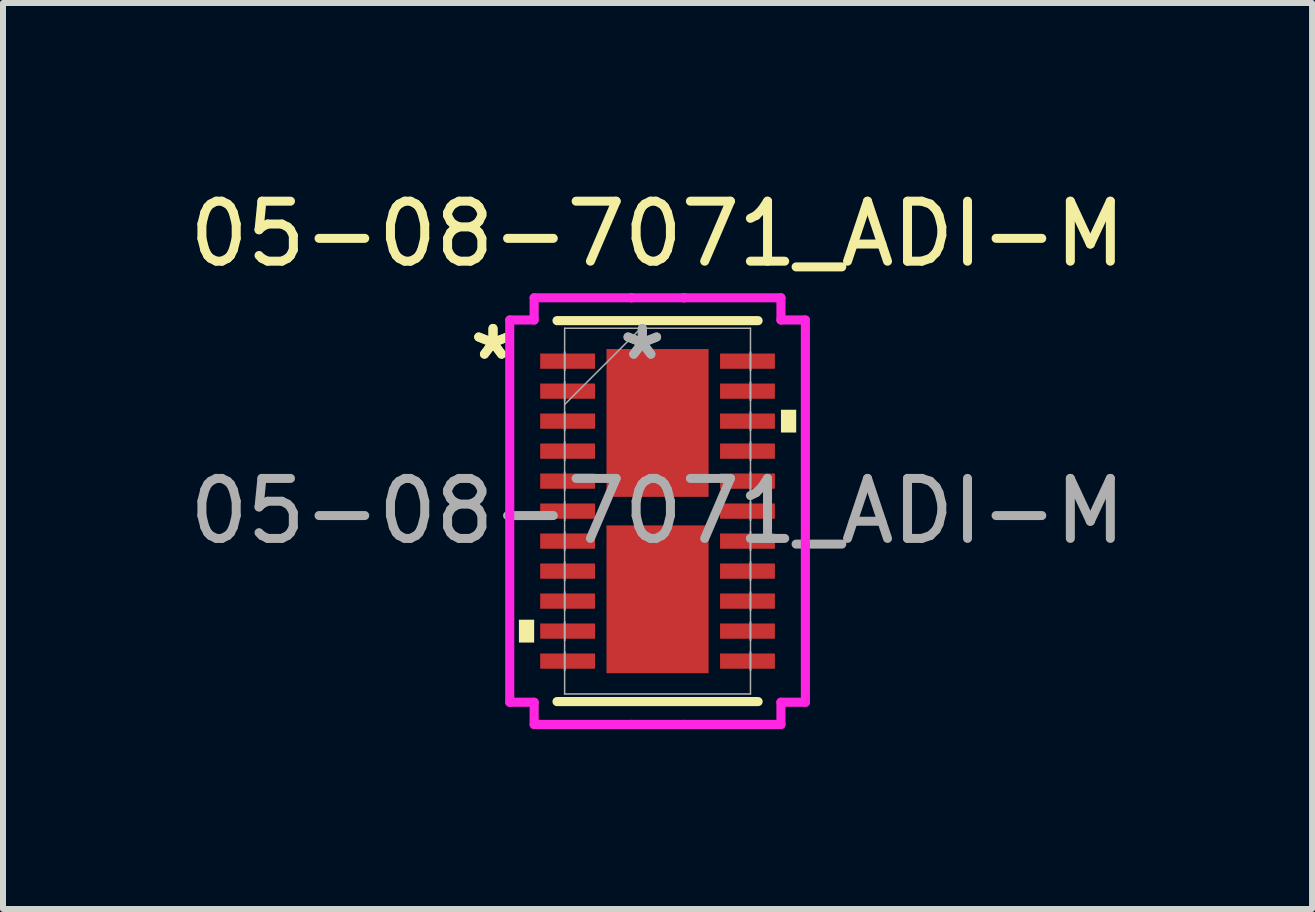
<source format=kicad_pcb>
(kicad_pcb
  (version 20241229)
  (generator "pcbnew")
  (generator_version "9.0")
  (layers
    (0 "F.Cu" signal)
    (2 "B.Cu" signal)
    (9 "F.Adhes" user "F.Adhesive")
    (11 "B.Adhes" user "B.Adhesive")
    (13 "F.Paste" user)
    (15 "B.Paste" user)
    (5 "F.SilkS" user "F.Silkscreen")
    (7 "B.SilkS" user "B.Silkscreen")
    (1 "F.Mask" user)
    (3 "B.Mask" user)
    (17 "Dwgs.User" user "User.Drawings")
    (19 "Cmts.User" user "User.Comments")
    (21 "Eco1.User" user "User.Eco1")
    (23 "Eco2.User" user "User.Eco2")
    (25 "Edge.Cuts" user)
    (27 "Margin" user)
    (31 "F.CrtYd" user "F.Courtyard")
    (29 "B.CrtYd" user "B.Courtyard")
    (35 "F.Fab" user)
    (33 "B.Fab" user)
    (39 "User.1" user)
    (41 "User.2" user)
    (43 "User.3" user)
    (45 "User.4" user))
  (footprint "05-08-7071_ADI-M"
    (layer "F.Cu")
    (at 7.911 5.47)
    (property "Reference" "05-08-7071_ADI-M" (at 0 -4.621 0) (unlocked yes) (layer "F.SilkS") (effects (font (size 1 1) (thickness 0.15))))
    (attr smd)
    (fp_line (start -1.676 3.175) (end 1.676 3.175) (stroke (width 0.152) (type solid)) (layer "F.SilkS"))
    (fp_line (start 1.676 -3.175) (end -1.676 -3.175) (stroke (width 0.152) (type solid)) (layer "F.SilkS"))
    (fp_poly (pts (xy -2.311 1.81) (xy -2.311 2.191) (xy -2.057 2.191) (xy -2.057 1.81)) (stroke (width 0) (type solid)) (fill yes) (layer "F.SilkS"))
    (fp_poly (pts (xy 2.311 -1.69) (xy 2.311 -1.31) (xy 2.057 -1.31) (xy 2.057 -1.69)) (stroke (width 0) (type solid)) (fill yes) (layer "F.SilkS"))
    (fp_line (start -2.464 -3.186) (end -2.057 -3.186) (stroke (width 0.152) (type solid)) (layer "F.CrtYd"))
    (fp_line (start -2.464 3.186) (end -2.464 -3.186) (stroke (width 0.152) (type solid)) (layer "F.CrtYd"))
    (fp_line (start -2.057 -3.556) (end -0.436 -3.556) (stroke (width 0.152) (type solid)) (layer "F.CrtYd"))
    (fp_line (start -2.057 -3.186) (end -2.057 -3.556) (stroke (width 0.152) (type solid)) (layer "F.CrtYd"))
    (fp_line (start -2.057 3.186) (end -2.464 3.186) (stroke (width 0.152) (type solid)) (layer "F.CrtYd"))
    (fp_line (start -2.057 3.556) (end -2.057 3.186) (stroke (width 0.152) (type solid)) (layer "F.CrtYd"))
    (fp_line (start -0.436 -3.556) (end -0.436 -3.556) (stroke (width 0.152) (type solid)) (layer "F.CrtYd"))
    (fp_line (start -0.436 -3.556) (end 0.436 -3.556) (stroke (width 0.152) (type solid)) (layer "F.CrtYd"))
    (fp_line (start -0.436 3.556) (end -2.057 3.556) (stroke (width 0.152) (type solid)) (layer "F.CrtYd"))
    (fp_line (start -0.436 3.556) (end -0.436 3.556) (stroke (width 0.152) (type solid)) (layer "F.CrtYd"))
    (fp_line (start 0.436 -3.556) (end 0.436 -3.556) (stroke (width 0.152) (type solid)) (layer "F.CrtYd"))
    (fp_line (start 0.436 -3.556) (end 2.057 -3.556) (stroke (width 0.152) (type solid)) (layer "F.CrtYd"))
    (fp_line (start 0.436 3.556) (end -0.436 3.556) (stroke (width 0.152) (type solid)) (layer "F.CrtYd"))
    (fp_line (start 0.436 3.556) (end 0.436 3.556) (stroke (width 0.152) (type solid)) (layer "F.CrtYd"))
    (fp_line (start 2.057 -3.556) (end 2.057 -3.186) (stroke (width 0.152) (type solid)) (layer "F.CrtYd"))
    (fp_line (start 2.057 -3.186) (end 2.464 -3.186) (stroke (width 0.152) (type solid)) (layer "F.CrtYd"))
    (fp_line (start 2.057 3.186) (end 2.057 3.556) (stroke (width 0.152) (type solid)) (layer "F.CrtYd"))
    (fp_line (start 2.057 3.556) (end 0.436 3.556) (stroke (width 0.152) (type solid)) (layer "F.CrtYd"))
    (fp_line (start 2.464 -3.186) (end 2.464 3.186) (stroke (width 0.152) (type solid)) (layer "F.CrtYd"))
    (fp_line (start 2.464 3.186) (end 2.057 3.186) (stroke (width 0.152) (type solid)) (layer "F.CrtYd"))
    (fp_line (start -1.549 -3.048) (end -1.549 3.048) (stroke (width 0.025) (type solid)) (layer "F.Fab"))
    (fp_line (start -1.549 -2.652) (end -1.549 -2.652) (stroke (width 0.025) (type solid)) (layer "F.Fab"))
    (fp_line (start -1.549 -2.652) (end -1.549 -2.348) (stroke (width 0.025) (type solid)) (layer "F.Fab"))
    (fp_line (start -1.549 -2.348) (end -1.549 -2.652) (stroke (width 0.025) (type solid)) (layer "F.Fab"))
    (fp_line (start -1.549 -2.348) (end -1.549 -2.348) (stroke (width 0.025) (type solid)) (layer "F.Fab"))
    (fp_line (start -1.549 -2.152) (end -1.549 -2.152) (stroke (width 0.025) (type solid)) (layer "F.Fab"))
    (fp_line (start -1.549 -2.152) (end -1.549 -1.848) (stroke (width 0.025) (type solid)) (layer "F.Fab"))
    (fp_line (start -1.549 -1.848) (end -1.549 -2.152) (stroke (width 0.025) (type solid)) (layer "F.Fab"))
    (fp_line (start -1.549 -1.848) (end -1.549 -1.848) (stroke (width 0.025) (type solid)) (layer "F.Fab"))
    (fp_line (start -1.549 -1.778) (end -0.279 -3.048) (stroke (width 0.025) (type solid)) (layer "F.Fab"))
    (fp_line (start -1.549 -1.652) (end -1.549 -1.652) (stroke (width 0.025) (type solid)) (layer "F.Fab"))
    (fp_line (start -1.549 -1.652) (end -1.549 -1.348) (stroke (width 0.025) (type solid)) (layer "F.Fab"))
    (fp_line (start -1.549 -1.348) (end -1.549 -1.652) (stroke (width 0.025) (type solid)) (layer "F.Fab"))
    (fp_line (start -1.549 -1.348) (end -1.549 -1.348) (stroke (width 0.025) (type solid)) (layer "F.Fab"))
    (fp_line (start -1.549 -1.152) (end -1.549 -1.152) (stroke (width 0.025) (type solid)) (layer "F.Fab"))
    (fp_line (start -1.549 -1.152) (end -1.549 -0.848) (stroke (width 0.025) (type solid)) (layer "F.Fab"))
    (fp_line (start -1.549 -0.848) (end -1.549 -1.152) (stroke (width 0.025) (type solid)) (layer "F.Fab"))
    (fp_line (start -1.549 -0.848) (end -1.549 -0.848) (stroke (width 0.025) (type solid)) (layer "F.Fab"))
    (fp_line (start -1.549 -0.652) (end -1.549 -0.652) (stroke (width 0.025) (type solid)) (layer "F.Fab"))
    (fp_line (start -1.549 -0.652) (end -1.549 -0.348) (stroke (width 0.025) (type solid)) (layer "F.Fab"))
    (fp_line (start -1.549 -0.348) (end -1.549 -0.652) (stroke (width 0.025) (type solid)) (layer "F.Fab"))
    (fp_line (start -1.549 -0.348) (end -1.549 -0.348) (stroke (width 0.025) (type solid)) (layer "F.Fab"))
    (fp_line (start -1.549 -0.152) (end -1.549 -0.152) (stroke (width 0.025) (type solid)) (layer "F.Fab"))
    (fp_line (start -1.549 -0.152) (end -1.549 0.152) (stroke (width 0.025) (type solid)) (layer "F.Fab"))
    (fp_line (start -1.549 0.152) (end -1.549 -0.152) (stroke (width 0.025) (type solid)) (layer "F.Fab"))
    (fp_line (start -1.549 0.152) (end -1.549 0.152) (stroke (width 0.025) (type solid)) (layer "F.Fab"))
    (fp_line (start -1.549 0.348) (end -1.549 0.348) (stroke (width 0.025) (type solid)) (layer "F.Fab"))
    (fp_line (start -1.549 0.348) (end -1.549 0.652) (stroke (width 0.025) (type solid)) (layer "F.Fab"))
    (fp_line (start -1.549 0.652) (end -1.549 0.348) (stroke (width 0.025) (type solid)) (layer "F.Fab"))
    (fp_line (start -1.549 0.652) (end -1.549 0.652) (stroke (width 0.025) (type solid)) (layer "F.Fab"))
    (fp_line (start -1.549 0.848) (end -1.549 0.848) (stroke (width 0.025) (type solid)) (layer "F.Fab"))
    (fp_line (start -1.549 0.848) (end -1.549 1.152) (stroke (width 0.025) (type solid)) (layer "F.Fab"))
    (fp_line (start -1.549 1.152) (end -1.549 0.848) (stroke (width 0.025) (type solid)) (layer "F.Fab"))
    (fp_line (start -1.549 1.152) (end -1.549 1.152) (stroke (width 0.025) (type solid)) (layer "F.Fab"))
    (fp_line (start -1.549 1.348) (end -1.549 1.348) (stroke (width 0.025) (type solid)) (layer "F.Fab"))
    (fp_line (start -1.549 1.348) (end -1.549 1.652) (stroke (width 0.025) (type solid)) (layer "F.Fab"))
    (fp_line (start -1.549 1.652) (end -1.549 1.348) (stroke (width 0.025) (type solid)) (layer "F.Fab"))
    (fp_line (start -1.549 1.652) (end -1.549 1.652) (stroke (width 0.025) (type solid)) (layer "F.Fab"))
    (fp_line (start -1.549 1.848) (end -1.549 1.848) (stroke (width 0.025) (type solid)) (layer "F.Fab"))
    (fp_line (start -1.549 1.848) (end -1.549 2.152) (stroke (width 0.025) (type solid)) (layer "F.Fab"))
    (fp_line (start -1.549 2.152) (end -1.549 1.848) (stroke (width 0.025) (type solid)) (layer "F.Fab"))
    (fp_line (start -1.549 2.152) (end -1.549 2.152) (stroke (width 0.025) (type solid)) (layer "F.Fab"))
    (fp_line (start -1.549 2.348) (end -1.549 2.348) (stroke (width 0.025) (type solid)) (layer "F.Fab"))
    (fp_line (start -1.549 2.348) (end -1.549 2.652) (stroke (width 0.025) (type solid)) (layer "F.Fab"))
    (fp_line (start -1.549 2.652) (end -1.549 2.348) (stroke (width 0.025) (type solid)) (layer "F.Fab"))
    (fp_line (start -1.549 2.652) (end -1.549 2.652) (stroke (width 0.025) (type solid)) (layer "F.Fab"))
    (fp_line (start -1.549 3.048) (end 1.549 3.048) (stroke (width 0.025) (type solid)) (layer "F.Fab"))
    (fp_line (start 1.549 -3.048) (end -1.549 -3.048) (stroke (width 0.025) (type solid)) (layer "F.Fab"))
    (fp_line (start 1.549 -2.652) (end 1.549 -2.652) (stroke (width 0.025) (type solid)) (layer "F.Fab"))
    (fp_line (start 1.549 -2.652) (end 1.549 -2.348) (stroke (width 0.025) (type solid)) (layer "F.Fab"))
    (fp_line (start 1.549 -2.348) (end 1.549 -2.652) (stroke (width 0.025) (type solid)) (layer "F.Fab"))
    (fp_line (start 1.549 -2.348) (end 1.549 -2.348) (stroke (width 0.025) (type solid)) (layer "F.Fab"))
    (fp_line (start 1.549 -2.152) (end 1.549 -2.152) (stroke (width 0.025) (type solid)) (layer "F.Fab"))
    (fp_line (start 1.549 -2.152) (end 1.549 -1.848) (stroke (width 0.025) (type solid)) (layer "F.Fab"))
    (fp_line (start 1.549 -1.848) (end 1.549 -2.152) (stroke (width 0.025) (type solid)) (layer "F.Fab"))
    (fp_line (start 1.549 -1.848) (end 1.549 -1.848) (stroke (width 0.025) (type solid)) (layer "F.Fab"))
    (fp_line (start 1.549 -1.652) (end 1.549 -1.652) (stroke (width 0.025) (type solid)) (layer "F.Fab"))
    (fp_line (start 1.549 -1.652) (end 1.549 -1.348) (stroke (width 0.025) (type solid)) (layer "F.Fab"))
    (fp_line (start 1.549 -1.348) (end 1.549 -1.652) (stroke (width 0.025) (type solid)) (layer "F.Fab"))
    (fp_line (start 1.549 -1.348) (end 1.549 -1.348) (stroke (width 0.025) (type solid)) (layer "F.Fab"))
    (fp_line (start 1.549 -1.152) (end 1.549 -1.152) (stroke (width 0.025) (type solid)) (layer "F.Fab"))
    (fp_line (start 1.549 -1.152) (end 1.549 -0.848) (stroke (width 0.025) (type solid)) (layer "F.Fab"))
    (fp_line (start 1.549 -0.848) (end 1.549 -1.152) (stroke (width 0.025) (type solid)) (layer "F.Fab"))
    (fp_line (start 1.549 -0.848) (end 1.549 -0.848) (stroke (width 0.025) (type solid)) (layer "F.Fab"))
    (fp_line (start 1.549 -0.652) (end 1.549 -0.652) (stroke (width 0.025) (type solid)) (layer "F.Fab"))
    (fp_line (start 1.549 -0.652) (end 1.549 -0.348) (stroke (width 0.025) (type solid)) (layer "F.Fab"))
    (fp_line (start 1.549 -0.348) (end 1.549 -0.652) (stroke (width 0.025) (type solid)) (layer "F.Fab"))
    (fp_line (start 1.549 -0.348) (end 1.549 -0.348) (stroke (width 0.025) (type solid)) (layer "F.Fab"))
    (fp_line (start 1.549 -0.152) (end 1.549 -0.152) (stroke (width 0.025) (type solid)) (layer "F.Fab"))
    (fp_line (start 1.549 -0.152) (end 1.549 0.152) (stroke (width 0.025) (type solid)) (layer "F.Fab"))
    (fp_line (start 1.549 0.152) (end 1.549 -0.152) (stroke (width 0.025) (type solid)) (layer "F.Fab"))
    (fp_line (start 1.549 0.152) (end 1.549 0.152) (stroke (width 0.025) (type solid)) (layer "F.Fab"))
    (fp_line (start 1.549 0.348) (end 1.549 0.348) (stroke (width 0.025) (type solid)) (layer "F.Fab"))
    (fp_line (start 1.549 0.348) (end 1.549 0.652) (stroke (width 0.025) (type solid)) (layer "F.Fab"))
    (fp_line (start 1.549 0.652) (end 1.549 0.348) (stroke (width 0.025) (type solid)) (layer "F.Fab"))
    (fp_line (start 1.549 0.652) (end 1.549 0.652) (stroke (width 0.025) (type solid)) (layer "F.Fab"))
    (fp_line (start 1.549 0.848) (end 1.549 0.848) (stroke (width 0.025) (type solid)) (layer "F.Fab"))
    (fp_line (start 1.549 0.848) (end 1.549 1.152) (stroke (width 0.025) (type solid)) (layer "F.Fab"))
    (fp_line (start 1.549 1.152) (end 1.549 0.848) (stroke (width 0.025) (type solid)) (layer "F.Fab"))
    (fp_line (start 1.549 1.152) (end 1.549 1.152) (stroke (width 0.025) (type solid)) (layer "F.Fab"))
    (fp_line (start 1.549 1.348) (end 1.549 1.348) (stroke (width 0.025) (type solid)) (layer "F.Fab"))
    (fp_line (start 1.549 1.348) (end 1.549 1.652) (stroke (width 0.025) (type solid)) (layer "F.Fab"))
    (fp_line (start 1.549 1.652) (end 1.549 1.348) (stroke (width 0.025) (type solid)) (layer "F.Fab"))
    (fp_line (start 1.549 1.652) (end 1.549 1.652) (stroke (width 0.025) (type solid)) (layer "F.Fab"))
    (fp_line (start 1.549 1.848) (end 1.549 1.848) (stroke (width 0.025) (type solid)) (layer "F.Fab"))
    (fp_line (start 1.549 1.848) (end 1.549 2.152) (stroke (width 0.025) (type solid)) (layer "F.Fab"))
    (fp_line (start 1.549 2.152) (end 1.549 1.848) (stroke (width 0.025) (type solid)) (layer "F.Fab"))
    (fp_line (start 1.549 2.152) (end 1.549 2.152) (stroke (width 0.025) (type solid)) (layer "F.Fab"))
    (fp_line (start 1.549 2.348) (end 1.549 2.348) (stroke (width 0.025) (type solid)) (layer "F.Fab"))
    (fp_line (start 1.549 2.348) (end 1.549 2.652) (stroke (width 0.025) (type solid)) (layer "F.Fab"))
    (fp_line (start 1.549 2.652) (end 1.549 2.348) (stroke (width 0.025) (type solid)) (layer "F.Fab"))
    (fp_line (start 1.549 2.652) (end 1.549 2.652) (stroke (width 0.025) (type solid)) (layer "F.Fab"))
    (fp_line (start 1.549 3.048) (end 1.549 -3.048) (stroke (width 0.025) (type solid)) (layer "F.Fab"))
    (fp_text user "*" (at -2.743 -2.5 0) (unlocked yes) (layer "F.SilkS") (effects (font (size 1 1) (thickness 0.15))))
    (fp_text user "*" (at -2.743 -2.5 180) (layer "F.SilkS") (effects (font (size 1 1) (thickness 0.15))))
    (fp_text user "${REFERENCE}" (at 0 0 0) (unlocked yes) (layer "F.Fab") (effects (font (size 1 1) (thickness 0.15))))
    (fp_text user "*" (at -0.254 -2.5 180) (layer "F.Fab") (effects (font (size 1 1) (thickness 0.15))))
    (fp_text user "*" (at -0.254 -2.5 0) (unlocked yes) (layer "F.Fab") (effects (font (size 1 1) (thickness 0.15))))
    (pad "1" smd rect (at -1.499 -2.5 90) (size 0.254 0.914) (layers "F.Cu" "F.Mask" "F.Paste"))
    (pad "2" smd rect (at -1.499 -2 90) (size 0.254 0.914) (layers "F.Cu" "F.Mask" "F.Paste"))
    (pad "3" smd rect (at -1.499 -1.5 90) (size 0.254 0.914) (layers "F.Cu" "F.Mask" "F.Paste"))
    (pad "4" smd rect (at -1.499 -1 90) (size 0.254 0.914) (layers "F.Cu" "F.Mask" "F.Paste"))
    (pad "5" smd rect (at -1.499 -0.5 90) (size 0.254 0.914) (layers "F.Cu" "F.Mask" "F.Paste"))
    (pad "6" smd rect (at -1.499 0 90) (size 0.254 0.914) (layers "F.Cu" "F.Mask" "F.Paste"))
    (pad "7" smd rect (at -1.499 0.5 90) (size 0.254 0.914) (layers "F.Cu" "F.Mask" "F.Paste"))
    (pad "8" smd rect (at -1.499 1 90) (size 0.254 0.914) (layers "F.Cu" "F.Mask" "F.Paste"))
    (pad "9" smd rect (at -1.499 1.5 90) (size 0.254 0.914) (layers "F.Cu" "F.Mask" "F.Paste"))
    (pad "10" smd rect (at -1.499 2 90) (size 0.254 0.914) (layers "F.Cu" "F.Mask" "F.Paste"))
    (pad "11" smd rect (at -1.499 2.5 90) (size 0.254 0.914) (layers "F.Cu" "F.Mask" "F.Paste"))
    (pad "12" smd rect (at 1.499 2.5 90) (size 0.254 0.914) (layers "F.Cu" "F.Mask" "F.Paste"))
    (pad "13" smd rect (at 1.499 2 90) (size 0.254 0.914) (layers "F.Cu" "F.Mask" "F.Paste"))
    (pad "14" smd rect (at 1.499 1.5 90) (size 0.254 0.914) (layers "F.Cu" "F.Mask" "F.Paste"))
    (pad "15" smd rect (at 1.499 1 90) (size 0.254 0.914) (layers "F.Cu" "F.Mask" "F.Paste"))
    (pad "16" smd rect (at 1.499 0.5 90) (size 0.254 0.914) (layers "F.Cu" "F.Mask" "F.Paste"))
    (pad "17" smd rect (at 1.499 0 90) (size 0.254 0.914) (layers "F.Cu" "F.Mask" "F.Paste"))
    (pad "18" smd rect (at 1.499 -0.5 90) (size 0.254 0.914) (layers "F.Cu" "F.Mask" "F.Paste"))
    (pad "19" smd rect (at 1.499 -1 90) (size 0.254 0.914) (layers "F.Cu" "F.Mask" "F.Paste"))
    (pad "20" smd rect (at 1.499 -1.5 90) (size 0.254 0.914) (layers "F.Cu" "F.Mask" "F.Paste"))
    (pad "21" smd rect (at 1.499 -2 90) (size 0.254 0.914) (layers "F.Cu" "F.Mask" "F.Paste"))
    (pad "22" smd rect (at 1.499 -2.5 90) (size 0.254 0.914) (layers "F.Cu" "F.Mask" "F.Paste"))
    (pad "23" smd rect (at 0 -1.47) (size 1.702 2.464) (layers "F.Cu" "F.Mask" "F.Paste"))
    (pad "24" smd rect (at 0 1.47) (size 1.702 2.464) (layers "F.Cu" "F.Mask" "F.Paste")))
  (gr_rect
    (start -3 -3)
    (end 18.821 12.102)
    (stroke (width 0.1) (type default))
    (fill no)
    (layer "Edge.Cuts")))
</source>
